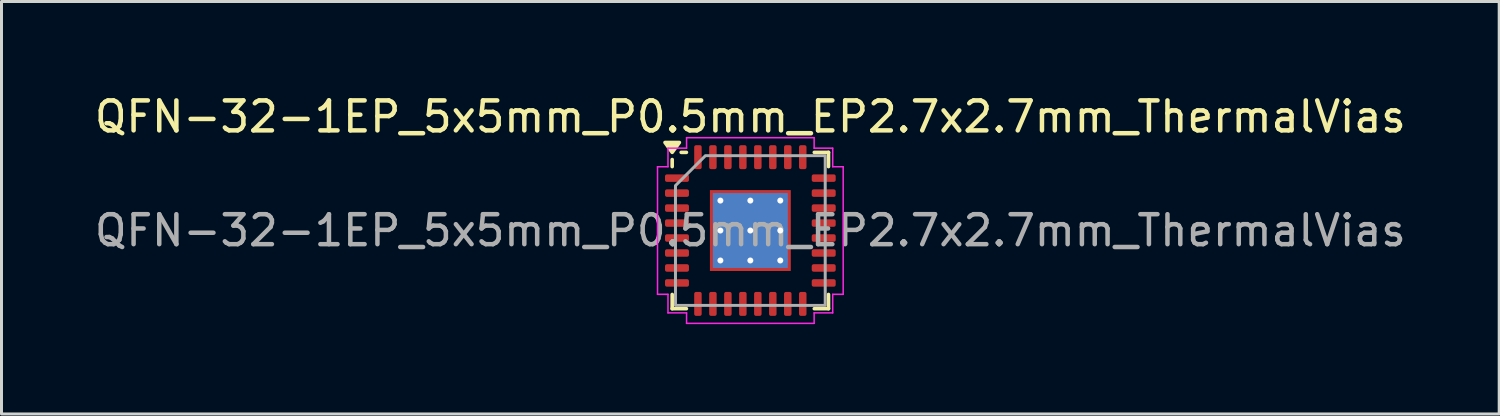
<source format=kicad_pcb>
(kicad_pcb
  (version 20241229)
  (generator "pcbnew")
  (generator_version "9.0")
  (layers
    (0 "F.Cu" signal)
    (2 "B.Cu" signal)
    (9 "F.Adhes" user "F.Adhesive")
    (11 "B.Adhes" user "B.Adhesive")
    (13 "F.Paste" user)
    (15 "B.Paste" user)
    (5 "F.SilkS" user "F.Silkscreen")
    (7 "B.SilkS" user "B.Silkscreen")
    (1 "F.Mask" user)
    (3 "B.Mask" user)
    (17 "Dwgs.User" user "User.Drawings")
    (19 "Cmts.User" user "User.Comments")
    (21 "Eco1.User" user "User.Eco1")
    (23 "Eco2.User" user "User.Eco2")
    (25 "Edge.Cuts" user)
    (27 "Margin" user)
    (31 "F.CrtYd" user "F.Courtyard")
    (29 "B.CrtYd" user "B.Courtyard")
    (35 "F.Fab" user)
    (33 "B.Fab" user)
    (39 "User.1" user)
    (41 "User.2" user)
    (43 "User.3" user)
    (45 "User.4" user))
  (footprint "QFN-32-1EP_5x5mm_P0.5mm_EP2.7x2.7mm_ThermalVias"
    (layer "F.Cu")
    (at 22.006 4.648)
    (property "Reference" "QFN-32-1EP_5x5mm_P0.5mm_EP2.7x2.7mm_ThermalVias" (at 0 -3.8 0) (layer "F.SilkS") (effects (font (size 1 1) (thickness 0.15))))
    (attr smd)
    (fp_line (start -2.61 -2.135) (end -2.61 -2.37) (stroke (width 0.12) (type solid)) (layer "F.SilkS"))
    (fp_line (start -2.61 2.61) (end -2.61 2.135) (stroke (width 0.12) (type solid)) (layer "F.SilkS"))
    (fp_line (start -2.135 -2.61) (end -2.31 -2.61) (stroke (width 0.12) (type solid)) (layer "F.SilkS"))
    (fp_line (start -2.135 2.61) (end -2.61 2.61) (stroke (width 0.12) (type solid)) (layer "F.SilkS"))
    (fp_line (start 2.135 -2.61) (end 2.61 -2.61) (stroke (width 0.12) (type solid)) (layer "F.SilkS"))
    (fp_line (start 2.135 2.61) (end 2.61 2.61) (stroke (width 0.12) (type solid)) (layer "F.SilkS"))
    (fp_line (start 2.61 -2.61) (end 2.61 -2.135) (stroke (width 0.12) (type solid)) (layer "F.SilkS"))
    (fp_line (start 2.61 2.61) (end 2.61 2.135) (stroke (width 0.12) (type solid)) (layer "F.SilkS"))
    (fp_poly (pts (xy -2.61 -2.61) (xy -2.85 -2.94) (xy -2.37 -2.94)) (stroke (width 0.12) (type solid)) (fill yes) (layer "F.SilkS"))
    (fp_line (start -3.1 -2.13) (end -2.75 -2.13) (stroke (width 0.05) (type solid)) (layer "F.CrtYd"))
    (fp_line (start -3.1 2.13) (end -3.1 -2.13) (stroke (width 0.05) (type solid)) (layer "F.CrtYd"))
    (fp_line (start -2.75 -2.75) (end -2.13 -2.75) (stroke (width 0.05) (type solid)) (layer "F.CrtYd"))
    (fp_line (start -2.75 -2.13) (end -2.75 -2.75) (stroke (width 0.05) (type solid)) (layer "F.CrtYd"))
    (fp_line (start -2.75 2.13) (end -3.1 2.13) (stroke (width 0.05) (type solid)) (layer "F.CrtYd"))
    (fp_line (start -2.75 2.75) (end -2.75 2.13) (stroke (width 0.05) (type solid)) (layer "F.CrtYd"))
    (fp_line (start -2.13 -3.1) (end 2.13 -3.1) (stroke (width 0.05) (type solid)) (layer "F.CrtYd"))
    (fp_line (start -2.13 -2.75) (end -2.13 -3.1) (stroke (width 0.05) (type solid)) (layer "F.CrtYd"))
    (fp_line (start -2.13 2.75) (end -2.75 2.75) (stroke (width 0.05) (type solid)) (layer "F.CrtYd"))
    (fp_line (start -2.13 3.1) (end -2.13 2.75) (stroke (width 0.05) (type solid)) (layer "F.CrtYd"))
    (fp_line (start 2.13 -3.1) (end 2.13 -2.75) (stroke (width 0.05) (type solid)) (layer "F.CrtYd"))
    (fp_line (start 2.13 -2.75) (end 2.75 -2.75) (stroke (width 0.05) (type solid)) (layer "F.CrtYd"))
    (fp_line (start 2.13 2.75) (end 2.13 3.1) (stroke (width 0.05) (type solid)) (layer "F.CrtYd"))
    (fp_line (start 2.13 3.1) (end -2.13 3.1) (stroke (width 0.05) (type solid)) (layer "F.CrtYd"))
    (fp_line (start 2.75 -2.75) (end 2.75 -2.13) (stroke (width 0.05) (type solid)) (layer "F.CrtYd"))
    (fp_line (start 2.75 -2.13) (end 3.1 -2.13) (stroke (width 0.05) (type solid)) (layer "F.CrtYd"))
    (fp_line (start 2.75 2.13) (end 2.75 2.75) (stroke (width 0.05) (type solid)) (layer "F.CrtYd"))
    (fp_line (start 2.75 2.75) (end 2.13 2.75) (stroke (width 0.05) (type solid)) (layer "F.CrtYd"))
    (fp_line (start 3.1 -2.13) (end 3.1 2.13) (stroke (width 0.05) (type solid)) (layer "F.CrtYd"))
    (fp_line (start 3.1 2.13) (end 2.75 2.13) (stroke (width 0.05) (type solid)) (layer "F.CrtYd"))
    (fp_poly (pts (xy -2.5 -1.5) (xy -2.5 2.5) (xy 2.5 2.5) (xy 2.5 -2.5) (xy -1.5 -2.5)) (stroke (width 0.1) (type solid)) (fill no) (layer "F.Fab"))
    (fp_text user "${REFERENCE}" (at 0 0 0) (layer "F.Fab") (effects (font (size 1 1) (thickness 0.15))))
    (pad "" smd roundrect (at -0.6 -0.6) (size 0.97 0.97) (layers "F.Paste") (roundrect_rratio 0.25))
    (pad "" smd roundrect (at -0.6 0.6) (size 0.97 0.97) (layers "F.Paste") (roundrect_rratio 0.25))
    (pad "" smd roundrect (at 0.6 -0.6) (size 0.97 0.97) (layers "F.Paste") (roundrect_rratio 0.25))
    (pad "" smd roundrect (at 0.6 0.6) (size 0.97 0.97) (layers "F.Paste") (roundrect_rratio 0.25))
    (pad "1" smd roundrect (at -2.45 -1.75) (size 0.8 0.25) (layers "F.Cu" "F.Mask" "F.Paste") (roundrect_rratio 0.25))
    (pad "2" smd roundrect (at -2.45 -1.25) (size 0.8 0.25) (layers "F.Cu" "F.Mask" "F.Paste") (roundrect_rratio 0.25))
    (pad "3" smd roundrect (at -2.45 -0.75) (size 0.8 0.25) (layers "F.Cu" "F.Mask" "F.Paste") (roundrect_rratio 0.25))
    (pad "4" smd roundrect (at -2.45 -0.25) (size 0.8 0.25) (layers "F.Cu" "F.Mask" "F.Paste") (roundrect_rratio 0.25))
    (pad "5" smd roundrect (at -2.45 0.25) (size 0.8 0.25) (layers "F.Cu" "F.Mask" "F.Paste") (roundrect_rratio 0.25))
    (pad "6" smd roundrect (at -2.45 0.75) (size 0.8 0.25) (layers "F.Cu" "F.Mask" "F.Paste") (roundrect_rratio 0.25))
    (pad "7" smd roundrect (at -2.45 1.25) (size 0.8 0.25) (layers "F.Cu" "F.Mask" "F.Paste") (roundrect_rratio 0.25))
    (pad "8" smd roundrect (at -2.45 1.75) (size 0.8 0.25) (layers "F.Cu" "F.Mask" "F.Paste") (roundrect_rratio 0.25))
    (pad "9" smd roundrect (at -1.75 2.45) (size 0.25 0.8) (layers "F.Cu" "F.Mask" "F.Paste") (roundrect_rratio 0.25))
    (pad "10" smd roundrect (at -1.25 2.45) (size 0.25 0.8) (layers "F.Cu" "F.Mask" "F.Paste") (roundrect_rratio 0.25))
    (pad "11" smd roundrect (at -0.75 2.45) (size 0.25 0.8) (layers "F.Cu" "F.Mask" "F.Paste") (roundrect_rratio 0.25))
    (pad "12" smd roundrect (at -0.25 2.45) (size 0.25 0.8) (layers "F.Cu" "F.Mask" "F.Paste") (roundrect_rratio 0.25))
    (pad "13" smd roundrect (at 0.25 2.45) (size 0.25 0.8) (layers "F.Cu" "F.Mask" "F.Paste") (roundrect_rratio 0.25))
    (pad "14" smd roundrect (at 0.75 2.45) (size 0.25 0.8) (layers "F.Cu" "F.Mask" "F.Paste") (roundrect_rratio 0.25))
    (pad "15" smd roundrect (at 1.25 2.45) (size 0.25 0.8) (layers "F.Cu" "F.Mask" "F.Paste") (roundrect_rratio 0.25))
    (pad "16" smd roundrect (at 1.75 2.45) (size 0.25 0.8) (layers "F.Cu" "F.Mask" "F.Paste") (roundrect_rratio 0.25))
    (pad "17" smd roundrect (at 2.45 1.75) (size 0.8 0.25) (layers "F.Cu" "F.Mask" "F.Paste") (roundrect_rratio 0.25))
    (pad "18" smd roundrect (at 2.45 1.25) (size 0.8 0.25) (layers "F.Cu" "F.Mask" "F.Paste") (roundrect_rratio 0.25))
    (pad "19" smd roundrect (at 2.45 0.75) (size 0.8 0.25) (layers "F.Cu" "F.Mask" "F.Paste") (roundrect_rratio 0.25))
    (pad "20" smd roundrect (at 2.45 0.25) (size 0.8 0.25) (layers "F.Cu" "F.Mask" "F.Paste") (roundrect_rratio 0.25))
    (pad "21" smd roundrect (at 2.45 -0.25) (size 0.8 0.25) (layers "F.Cu" "F.Mask" "F.Paste") (roundrect_rratio 0.25))
    (pad "22" smd roundrect (at 2.45 -0.75) (size 0.8 0.25) (layers "F.Cu" "F.Mask" "F.Paste") (roundrect_rratio 0.25))
    (pad "23" smd roundrect (at 2.45 -1.25) (size 0.8 0.25) (layers "F.Cu" "F.Mask" "F.Paste") (roundrect_rratio 0.25))
    (pad "24" smd roundrect (at 2.45 -1.75) (size 0.8 0.25) (layers "F.Cu" "F.Mask" "F.Paste") (roundrect_rratio 0.25))
    (pad "25" smd roundrect (at 1.75 -2.45) (size 0.25 0.8) (layers "F.Cu" "F.Mask" "F.Paste") (roundrect_rratio 0.25))
    (pad "26" smd roundrect (at 1.25 -2.45) (size 0.25 0.8) (layers "F.Cu" "F.Mask" "F.Paste") (roundrect_rratio 0.25))
    (pad "27" smd roundrect (at 0.75 -2.45) (size 0.25 0.8) (layers "F.Cu" "F.Mask" "F.Paste") (roundrect_rratio 0.25))
    (pad "28" smd roundrect (at 0.25 -2.45) (size 0.25 0.8) (layers "F.Cu" "F.Mask" "F.Paste") (roundrect_rratio 0.25))
    (pad "29" smd roundrect (at -0.25 -2.45) (size 0.25 0.8) (layers "F.Cu" "F.Mask" "F.Paste") (roundrect_rratio 0.25))
    (pad "30" smd roundrect (at -0.75 -2.45) (size 0.25 0.8) (layers "F.Cu" "F.Mask" "F.Paste") (roundrect_rratio 0.25))
    (pad "31" smd roundrect (at -1.25 -2.45) (size 0.25 0.8) (layers "F.Cu" "F.Mask" "F.Paste") (roundrect_rratio 0.25))
    (pad "32" smd roundrect (at -1.75 -2.45) (size 0.25 0.8) (layers "F.Cu" "F.Mask" "F.Paste") (roundrect_rratio 0.25))
    (pad "33" thru_hole circle (at -1 -1) (size 0.5 0.5) (drill 0.2) (property pad_prop_heatsink) (layers "*.Cu"))
    (pad "33" thru_hole circle (at -1 0) (size 0.5 0.5) (drill 0.2) (property pad_prop_heatsink) (layers "*.Cu"))
    (pad "33" thru_hole circle (at -1 1) (size 0.5 0.5) (drill 0.2) (property pad_prop_heatsink) (layers "*.Cu"))
    (pad "33" thru_hole circle (at 0 -1) (size 0.5 0.5) (drill 0.2) (property pad_prop_heatsink) (layers "*.Cu"))
    (pad "33" thru_hole circle (at 0 0) (size 0.5 0.5) (drill 0.2) (property pad_prop_heatsink) (layers "*.Cu"))
    (pad "33" smd rect (at 0 0) (size 2.5 2.5) (property pad_prop_heatsink) (layers "B.Cu"))
    (pad "33" smd rect (at 0 0) (size 2.7 2.7) (property pad_prop_heatsink) (layers "F.Cu" "F.Mask"))
    (pad "33" thru_hole circle (at 0 1) (size 0.5 0.5) (drill 0.2) (property pad_prop_heatsink) (layers "*.Cu"))
    (pad "33" thru_hole circle (at 1 -1) (size 0.5 0.5) (drill 0.2) (property pad_prop_heatsink) (layers "*.Cu"))
    (pad "33" thru_hole circle (at 1 0) (size 0.5 0.5) (drill 0.2) (property pad_prop_heatsink) (layers "*.Cu"))
    (pad "33" thru_hole circle (at 1 1) (size 0.5 0.5) (drill 0.2) (property pad_prop_heatsink) (layers "*.Cu")))
  (gr_rect
    (start -3 -3)
    (end 47.012 10.773)
    (stroke (width 0.1) (type default))
    (fill no)
    (layer "Edge.Cuts")))
</source>
